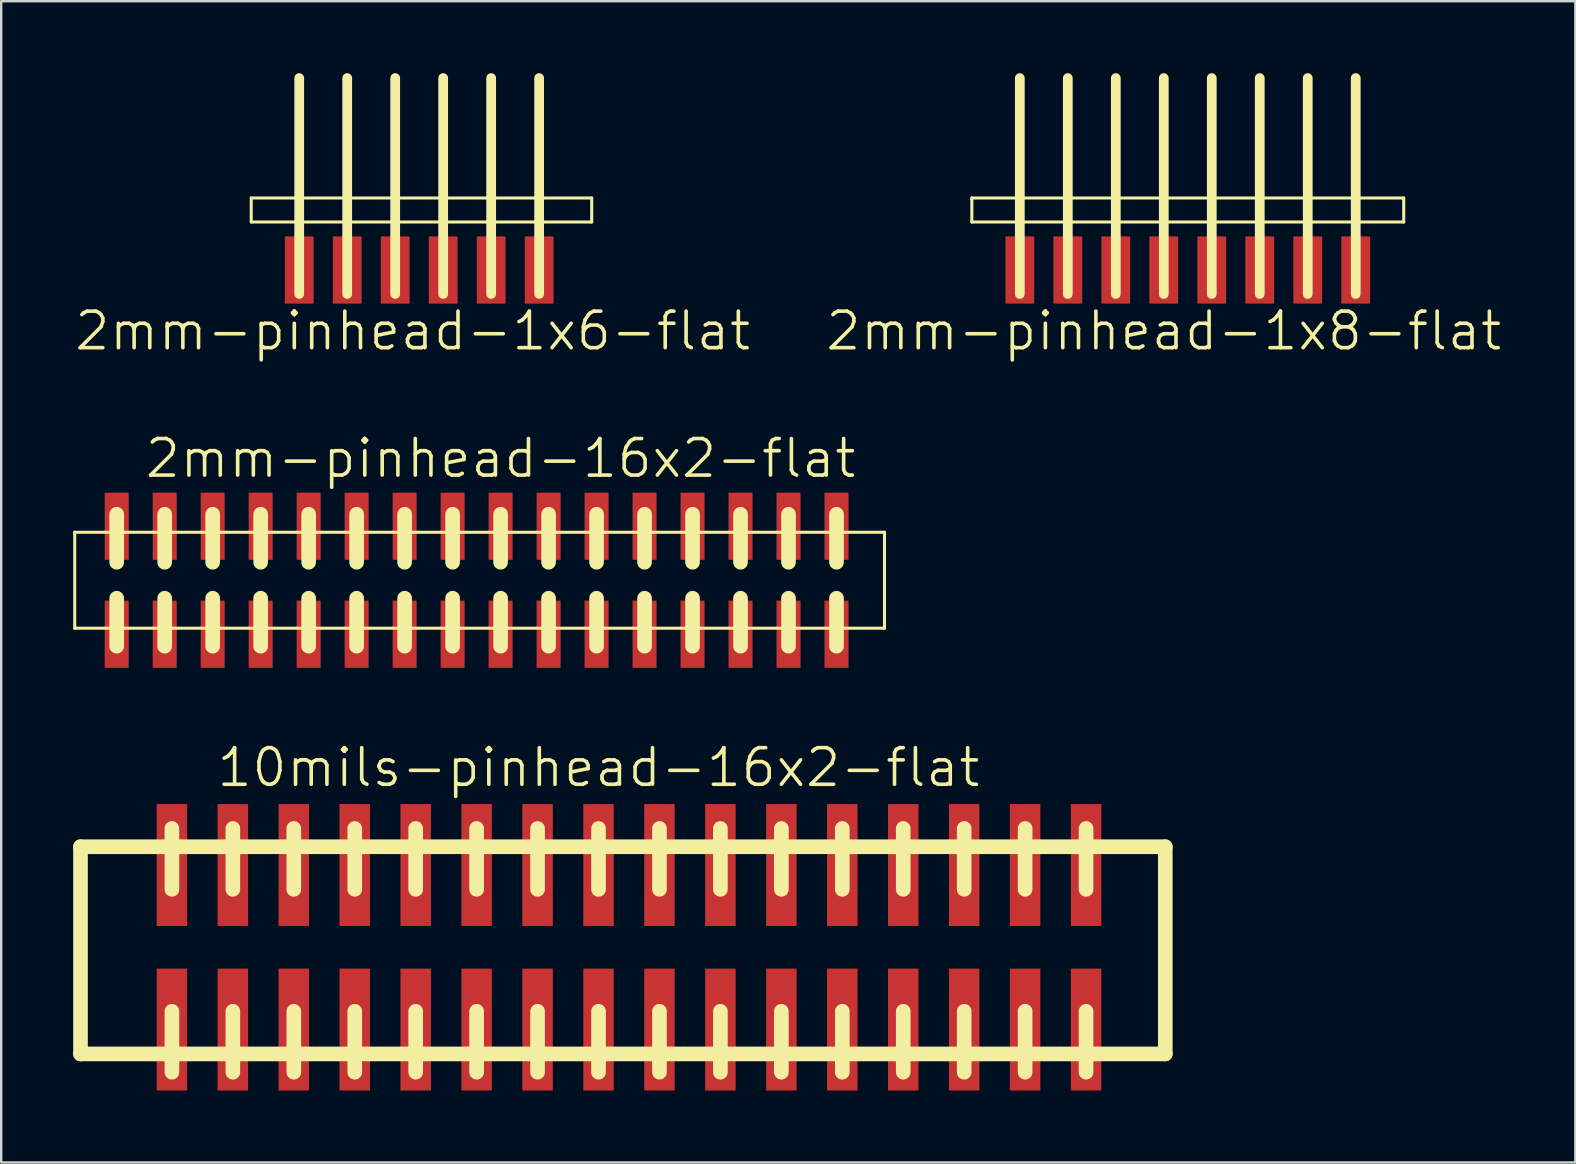
<source format=kicad_pcb>
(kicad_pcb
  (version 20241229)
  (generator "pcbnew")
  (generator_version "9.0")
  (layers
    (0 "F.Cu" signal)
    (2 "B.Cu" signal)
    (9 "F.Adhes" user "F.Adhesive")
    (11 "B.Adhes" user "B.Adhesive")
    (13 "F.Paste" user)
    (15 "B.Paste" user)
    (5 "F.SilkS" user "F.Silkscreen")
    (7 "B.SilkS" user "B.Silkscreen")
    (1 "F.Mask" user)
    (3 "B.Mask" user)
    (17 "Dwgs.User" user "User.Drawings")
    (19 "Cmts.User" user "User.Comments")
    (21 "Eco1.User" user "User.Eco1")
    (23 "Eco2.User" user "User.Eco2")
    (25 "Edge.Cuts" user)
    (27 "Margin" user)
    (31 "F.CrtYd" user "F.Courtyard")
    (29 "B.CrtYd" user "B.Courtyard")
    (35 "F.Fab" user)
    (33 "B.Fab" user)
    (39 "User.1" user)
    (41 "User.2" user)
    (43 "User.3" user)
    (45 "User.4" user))
  (footprint "10mils-pinhead-16x2-flat"
    (layer "F.Cu")
    (at 21.895 36.558)
    (property "Reference" "10mils-pinhead-16x2-flat" (at 0 -7.62 0) (layer "F.SilkS") (effects (font (size 1.524 1.524) (thickness 0.15))))
    (attr through_hole)
    (fp_line (start -21.59 -4.318) (end 23.622 -4.318) (stroke (width 0.61) (type solid)) (layer "F.SilkS"))
    (fp_line (start -21.59 4.318) (end -21.59 -4.318) (stroke (width 0.61) (type solid)) (layer "F.SilkS"))
    (fp_line (start -17.78 -5.08) (end -17.78 -2.54) (stroke (width 0.61) (type solid)) (layer "F.SilkS"))
    (fp_line (start -17.78 5.08) (end -17.78 2.54) (stroke (width 0.61) (type solid)) (layer "F.SilkS"))
    (fp_line (start -15.24 -5.08) (end -15.24 -2.54) (stroke (width 0.61) (type solid)) (layer "F.SilkS"))
    (fp_line (start -15.24 2.54) (end -15.24 5.08) (stroke (width 0.61) (type solid)) (layer "F.SilkS"))
    (fp_line (start -12.7 -5.08) (end -12.7 -2.54) (stroke (width 0.61) (type solid)) (layer "F.SilkS"))
    (fp_line (start -12.7 2.54) (end -12.7 5.08) (stroke (width 0.61) (type solid)) (layer "F.SilkS"))
    (fp_line (start -10.16 -5.08) (end -10.16 -2.54) (stroke (width 0.61) (type solid)) (layer "F.SilkS"))
    (fp_line (start -10.16 2.54) (end -10.16 5.08) (stroke (width 0.61) (type solid)) (layer "F.SilkS"))
    (fp_line (start -7.62 -5.08) (end -7.62 -2.54) (stroke (width 0.61) (type solid)) (layer "F.SilkS"))
    (fp_line (start -7.62 2.54) (end -7.62 5.08) (stroke (width 0.61) (type solid)) (layer "F.SilkS"))
    (fp_line (start -5.08 -5.08) (end -5.08 -2.54) (stroke (width 0.61) (type solid)) (layer "F.SilkS"))
    (fp_line (start -5.08 2.54) (end -5.08 5.08) (stroke (width 0.61) (type solid)) (layer "F.SilkS"))
    (fp_line (start -2.54 -5.08) (end -2.54 -2.54) (stroke (width 0.61) (type solid)) (layer "F.SilkS"))
    (fp_line (start -2.54 2.54) (end -2.54 5.08) (stroke (width 0.61) (type solid)) (layer "F.SilkS"))
    (fp_line (start 0 -5.08) (end 0 -2.54) (stroke (width 0.61) (type solid)) (layer "F.SilkS"))
    (fp_line (start 0 2.54) (end 0 5.08) (stroke (width 0.61) (type solid)) (layer "F.SilkS"))
    (fp_line (start 2.54 -5.08) (end 2.54 -2.54) (stroke (width 0.61) (type solid)) (layer "F.SilkS"))
    (fp_line (start 2.54 2.54) (end 2.54 5.08) (stroke (width 0.61) (type solid)) (layer "F.SilkS"))
    (fp_line (start 5.08 -5.08) (end 5.08 -2.54) (stroke (width 0.61) (type solid)) (layer "F.SilkS"))
    (fp_line (start 5.08 2.54) (end 5.08 5.08) (stroke (width 0.61) (type solid)) (layer "F.SilkS"))
    (fp_line (start 7.62 -5.08) (end 7.62 -2.54) (stroke (width 0.61) (type solid)) (layer "F.SilkS"))
    (fp_line (start 7.62 2.54) (end 7.62 5.08) (stroke (width 0.61) (type solid)) (layer "F.SilkS"))
    (fp_line (start 10.16 -5.08) (end 10.16 -2.54) (stroke (width 0.61) (type solid)) (layer "F.SilkS"))
    (fp_line (start 10.16 2.54) (end 10.16 5.08) (stroke (width 0.61) (type solid)) (layer "F.SilkS"))
    (fp_line (start 12.7 -5.08) (end 12.7 -2.54) (stroke (width 0.61) (type solid)) (layer "F.SilkS"))
    (fp_line (start 12.7 2.54) (end 12.7 5.08) (stroke (width 0.61) (type solid)) (layer "F.SilkS"))
    (fp_line (start 15.24 -5.08) (end 15.24 -2.54) (stroke (width 0.61) (type solid)) (layer "F.SilkS"))
    (fp_line (start 15.24 2.54) (end 15.24 5.08) (stroke (width 0.61) (type solid)) (layer "F.SilkS"))
    (fp_line (start 17.78 -5.08) (end 17.78 -2.54) (stroke (width 0.61) (type solid)) (layer "F.SilkS"))
    (fp_line (start 17.78 2.54) (end 17.78 5.08) (stroke (width 0.61) (type solid)) (layer "F.SilkS"))
    (fp_line (start 20.32 -5.08) (end 20.32 -2.54) (stroke (width 0.61) (type solid)) (layer "F.SilkS"))
    (fp_line (start 20.32 2.54) (end 20.32 5.08) (stroke (width 0.61) (type solid)) (layer "F.SilkS"))
    (fp_line (start 23.622 -4.318) (end 23.622 4.318) (stroke (width 0.61) (type solid)) (layer "F.SilkS"))
    (fp_line (start 23.622 4.318) (end -21.59 4.318) (stroke (width 0.61) (type solid)) (layer "F.SilkS"))
    (pad "1" smd rect (at -17.78 3.302) (size 1.27 5.08) (layers "F.Cu" "F.Mask" "F.Paste"))
    (pad "2" smd rect (at -17.78 -3.556) (size 1.27 5.08) (layers "F.Cu" "F.Mask" "F.Paste"))
    (pad "3" smd rect (at -15.24 3.302) (size 1.27 5.08) (layers "F.Cu" "F.Mask" "F.Paste"))
    (pad "4" smd rect (at -15.24 -3.556) (size 1.27 5.08) (layers "F.Cu" "F.Mask" "F.Paste"))
    (pad "5" smd rect (at -12.7 3.302) (size 1.27 5.08) (layers "F.Cu" "F.Mask" "F.Paste"))
    (pad "6" smd rect (at -12.7 -3.556) (size 1.27 5.08) (layers "F.Cu" "F.Mask" "F.Paste"))
    (pad "7" smd rect (at -10.16 3.302) (size 1.27 5.08) (layers "F.Cu" "F.Mask" "F.Paste"))
    (pad "8" smd rect (at -10.16 -3.556) (size 1.27 5.08) (layers "F.Cu" "F.Mask" "F.Paste"))
    (pad "9" smd rect (at -7.62 3.302) (size 1.27 5.08) (layers "F.Cu" "F.Mask" "F.Paste"))
    (pad "10" smd rect (at -7.62 -3.556) (size 1.27 5.08) (layers "F.Cu" "F.Mask" "F.Paste"))
    (pad "11" smd rect (at -5.08 3.302) (size 1.27 5.08) (layers "F.Cu" "F.Mask" "F.Paste"))
    (pad "12" smd rect (at -5.08 -3.556) (size 1.27 5.08) (layers "F.Cu" "F.Mask" "F.Paste"))
    (pad "13" smd rect (at -2.54 3.302) (size 1.27 5.08) (layers "F.Cu" "F.Mask" "F.Paste"))
    (pad "14" smd rect (at -2.54 -3.556) (size 1.27 5.08) (layers "F.Cu" "F.Mask" "F.Paste"))
    (pad "15" smd rect (at -0.000063 3.302) (size 1.27 5.08) (layers "F.Cu" "F.Mask" "F.Paste"))
    (pad "16" smd rect (at -0.000063 -3.556) (size 1.27 5.08) (layers "F.Cu" "F.Mask" "F.Paste"))
    (pad "17" smd rect (at 2.54 3.302) (size 1.27 5.08) (layers "F.Cu" "F.Mask" "F.Paste"))
    (pad "18" smd rect (at 2.54 -3.556) (size 1.27 5.08) (layers "F.Cu" "F.Mask" "F.Paste"))
    (pad "19" smd rect (at 5.08 3.302) (size 1.27 5.08) (layers "F.Cu" "F.Mask" "F.Paste"))
    (pad "20" smd rect (at 5.08 -3.556) (size 1.27 5.08) (layers "F.Cu" "F.Mask" "F.Paste"))
    (pad "21" smd rect (at 7.62 3.302) (size 1.27 5.08) (layers "F.Cu" "F.Mask" "F.Paste"))
    (pad "22" smd rect (at 7.62 -3.556) (size 1.27 5.08) (layers "F.Cu" "F.Mask" "F.Paste"))
    (pad "23" smd rect (at 10.16 3.302) (size 1.27 5.08) (layers "F.Cu" "F.Mask" "F.Paste"))
    (pad "24" smd rect (at 10.16 -3.556) (size 1.27 5.08) (layers "F.Cu" "F.Mask" "F.Paste"))
    (pad "25" smd rect (at 12.7 3.302) (size 1.27 5.08) (layers "F.Cu" "F.Mask" "F.Paste"))
    (pad "26" smd rect (at 12.7 -3.556) (size 1.27 5.08) (layers "F.Cu" "F.Mask" "F.Paste"))
    (pad "27" smd rect (at 15.24 3.302) (size 1.27 5.08) (layers "F.Cu" "F.Mask" "F.Paste"))
    (pad "28" smd rect (at 15.24 -3.556) (size 1.27 5.08) (layers "F.Cu" "F.Mask" "F.Paste"))
    (pad "29" smd rect (at 17.78 3.302) (size 1.27 5.08) (layers "F.Cu" "F.Mask" "F.Paste"))
    (pad "30" smd rect (at 17.78 -3.556) (size 1.27 5.08) (layers "F.Cu" "F.Mask" "F.Paste"))
    (pad "31" smd rect (at 20.32 3.302) (size 1.27 5.08) (layers "F.Cu" "F.Mask" "F.Paste"))
    (pad "32" smd rect (at 20.32 -3.556) (size 1.27 5.08) (layers "F.Cu" "F.Mask" "F.Paste")))
  (footprint "2mm-pinhead-16x2-flat"
    (layer "F.Cu")
    (at 17.814 21.133)
    (property "Reference" "2mm-pinhead-16x2-flat" (at 0 -5.08 0) (layer "F.SilkS") (effects (font (size 1.524 1.524) (thickness 0.15))))
    (attr through_hole)
    (fp_line (start -17.75 -2) (end 16 -2) (stroke (width 0.127) (type solid)) (layer "F.SilkS"))
    (fp_line (start -17.75 2) (end -17.75 -2) (stroke (width 0.127) (type solid)) (layer "F.SilkS"))
    (fp_line (start -16 -2.75) (end -16 -0.75) (stroke (width 0.61) (type solid)) (layer "F.SilkS"))
    (fp_line (start -16 0.75) (end -16 2.75) (stroke (width 0.61) (type solid)) (layer "F.SilkS"))
    (fp_line (start -14 -2.75) (end -14 -0.75) (stroke (width 0.61) (type solid)) (layer "F.SilkS"))
    (fp_line (start -14 0.75) (end -14 2.75) (stroke (width 0.61) (type solid)) (layer "F.SilkS"))
    (fp_line (start -12 -2.75) (end -12 -0.75) (stroke (width 0.61) (type solid)) (layer "F.SilkS"))
    (fp_line (start -12 0.75) (end -12 2.75) (stroke (width 0.61) (type solid)) (layer "F.SilkS"))
    (fp_line (start -10 -2.75) (end -10 -0.75) (stroke (width 0.61) (type solid)) (layer "F.SilkS"))
    (fp_line (start -10 0.75) (end -10 2.75) (stroke (width 0.61) (type solid)) (layer "F.SilkS"))
    (fp_line (start -8 -2.75) (end -8 -0.75) (stroke (width 0.61) (type solid)) (layer "F.SilkS"))
    (fp_line (start -8 0.75) (end -8 2.75) (stroke (width 0.61) (type solid)) (layer "F.SilkS"))
    (fp_line (start -6 -2.75) (end -6 -0.75) (stroke (width 0.61) (type solid)) (layer "F.SilkS"))
    (fp_line (start -6 0.75) (end -6 2.75) (stroke (width 0.61) (type solid)) (layer "F.SilkS"))
    (fp_line (start -4 -2.75) (end -4 -0.75) (stroke (width 0.61) (type solid)) (layer "F.SilkS"))
    (fp_line (start -4 0.75) (end -4 2.75) (stroke (width 0.61) (type solid)) (layer "F.SilkS"))
    (fp_line (start -2 -2.75) (end -2 -0.75) (stroke (width 0.61) (type solid)) (layer "F.SilkS"))
    (fp_line (start -2 0.75) (end -2 2.75) (stroke (width 0.61) (type solid)) (layer "F.SilkS"))
    (fp_line (start 0 -2.75) (end 0 -0.75) (stroke (width 0.61) (type solid)) (layer "F.SilkS"))
    (fp_line (start 0 0.75) (end 0 2.75) (stroke (width 0.61) (type solid)) (layer "F.SilkS"))
    (fp_line (start 2 -2.75) (end 2 -0.75) (stroke (width 0.61) (type solid)) (layer "F.SilkS"))
    (fp_line (start 2 0.75) (end 2 2.75) (stroke (width 0.61) (type solid)) (layer "F.SilkS"))
    (fp_line (start 4 -2.75) (end 4 -0.75) (stroke (width 0.61) (type solid)) (layer "F.SilkS"))
    (fp_line (start 4 0.75) (end 4 2.75) (stroke (width 0.61) (type solid)) (layer "F.SilkS"))
    (fp_line (start 6 -2.75) (end 6 -0.75) (stroke (width 0.61) (type solid)) (layer "F.SilkS"))
    (fp_line (start 6 0.75) (end 6 2.75) (stroke (width 0.61) (type solid)) (layer "F.SilkS"))
    (fp_line (start 8 -2.75) (end 8 -0.75) (stroke (width 0.61) (type solid)) (layer "F.SilkS"))
    (fp_line (start 8 0.75) (end 8 2.75) (stroke (width 0.61) (type solid)) (layer "F.SilkS"))
    (fp_line (start 10 -2.75) (end 10 -0.75) (stroke (width 0.61) (type solid)) (layer "F.SilkS"))
    (fp_line (start 10 0.75) (end 10 2.75) (stroke (width 0.61) (type solid)) (layer "F.SilkS"))
    (fp_line (start 12 -2.75) (end 12 -0.75) (stroke (width 0.61) (type solid)) (layer "F.SilkS"))
    (fp_line (start 12 0.75) (end 12 2.75) (stroke (width 0.61) (type solid)) (layer "F.SilkS"))
    (fp_line (start 14 -2.75) (end 14 -0.75) (stroke (width 0.61) (type solid)) (layer "F.SilkS"))
    (fp_line (start 14 0.75) (end 14 2.75) (stroke (width 0.61) (type solid)) (layer "F.SilkS"))
    (fp_line (start 16 -2) (end 16 2) (stroke (width 0.127) (type solid)) (layer "F.SilkS"))
    (fp_line (start 16 2) (end -17.75 2) (stroke (width 0.127) (type solid)) (layer "F.SilkS"))
    (pad "1" smd rect (at -16 2.25 90) (size 2.8 1) (layers "F.Cu" "F.Mask" "F.Paste"))
    (pad "2" smd rect (at -16 -2.25 90) (size 2.8 1) (layers "F.Cu" "F.Mask" "F.Paste"))
    (pad "3" smd rect (at -14 2.25 90) (size 2.8 1) (layers "F.Cu" "F.Mask" "F.Paste"))
    (pad "4" smd rect (at -14 -2.25 90) (size 2.8 1) (layers "F.Cu" "F.Mask" "F.Paste"))
    (pad "5" smd rect (at -12 2.25 90) (size 2.8 1) (layers "F.Cu" "F.Mask" "F.Paste"))
    (pad "6" smd rect (at -12 -2.25 90) (size 2.8 1) (layers "F.Cu" "F.Mask" "F.Paste"))
    (pad "7" smd rect (at -10 2.25 90) (size 2.8 1) (layers "F.Cu" "F.Mask" "F.Paste"))
    (pad "8" smd rect (at -10 -2.25 90) (size 2.8 1) (layers "F.Cu" "F.Mask" "F.Paste"))
    (pad "9" smd rect (at -8 2.25 90) (size 2.8 1) (layers "F.Cu" "F.Mask" "F.Paste"))
    (pad "10" smd rect (at -8 -2.25 90) (size 2.8 1) (layers "F.Cu" "F.Mask" "F.Paste"))
    (pad "11" smd rect (at -6 2.25 90) (size 2.8 1) (layers "F.Cu" "F.Mask" "F.Paste"))
    (pad "12" smd rect (at -6 -2.25 90) (size 2.8 1) (layers "F.Cu" "F.Mask" "F.Paste"))
    (pad "13" smd rect (at -4 2.25 90) (size 2.8 1) (layers "F.Cu" "F.Mask" "F.Paste"))
    (pad "14" smd rect (at -4 -2.25 90) (size 2.8 1) (layers "F.Cu" "F.Mask" "F.Paste"))
    (pad "15" smd rect (at -2 2.25 90) (size 2.8 1) (layers "F.Cu" "F.Mask" "F.Paste"))
    (pad "16" smd rect (at -2 -2.25 90) (size 2.8 1) (layers "F.Cu" "F.Mask" "F.Paste"))
    (pad "17" smd rect (at -0.000063 2.25 90) (size 2.8 1) (layers "F.Cu" "F.Mask" "F.Paste"))
    (pad "18" smd rect (at -0.000063 -2.25 90) (size 2.8 1) (layers "F.Cu" "F.Mask" "F.Paste"))
    (pad "19" smd rect (at 2 2.25 90) (size 2.8 1) (layers "F.Cu" "F.Mask" "F.Paste"))
    (pad "20" smd rect (at 2 -2.25 90) (size 2.8 1) (layers "F.Cu" "F.Mask" "F.Paste"))
    (pad "21" smd rect (at 4 2.25 90) (size 2.8 1) (layers "F.Cu" "F.Mask" "F.Paste"))
    (pad "22" smd rect (at 4 -2.25 90) (size 2.8 1) (layers "F.Cu" "F.Mask" "F.Paste"))
    (pad "23" smd rect (at 6 2.25 90) (size 2.8 1) (layers "F.Cu" "F.Mask" "F.Paste"))
    (pad "24" smd rect (at 6 -2.25 90) (size 2.8 1) (layers "F.Cu" "F.Mask" "F.Paste"))
    (pad "25" smd rect (at 8 2.25 90) (size 2.8 1) (layers "F.Cu" "F.Mask" "F.Paste"))
    (pad "26" smd rect (at 8 -2.25 90) (size 2.8 1) (layers "F.Cu" "F.Mask" "F.Paste"))
    (pad "27" smd rect (at 10 2.25 90) (size 2.8 1) (layers "F.Cu" "F.Mask" "F.Paste"))
    (pad "28" smd rect (at 10 -2.25 90) (size 2.8 1) (layers "F.Cu" "F.Mask" "F.Paste"))
    (pad "29" smd rect (at 12 2.25 90) (size 2.8 1) (layers "F.Cu" "F.Mask" "F.Paste"))
    (pad "30" smd rect (at 12 -2.25 90) (size 2.8 1) (layers "F.Cu" "F.Mask" "F.Paste"))
    (pad "31" smd rect (at 14 2.25 90) (size 2.8 1) (layers "F.Cu" "F.Mask" "F.Paste"))
    (pad "32" smd rect (at 14 -2.25 90) (size 2.8 1) (layers "F.Cu" "F.Mask" "F.Paste")))
  (footprint "2mm-pinhead-1x8-flat"
    (layer "F.Cu")
    (at 45.454 8.203)
    (property "Reference" "2mm-pinhead-1x8-flat" (at 0 2.54 0) (layer "F.SilkS") (effects (font (size 1.524 1.524) (thickness 0.15))))
    (attr through_hole)
    (fp_line (start -8 -3) (end -8 -2) (stroke (width 0.127) (type solid)) (layer "F.SilkS"))
    (fp_line (start -8 -2) (end 10 -2) (stroke (width 0.127) (type solid)) (layer "F.SilkS"))
    (fp_line (start -6 1) (end -6 -8) (stroke (width 0.406) (type solid)) (layer "F.SilkS"))
    (fp_line (start -4 1) (end -4 -8) (stroke (width 0.406) (type solid)) (layer "F.SilkS"))
    (fp_line (start -2 1) (end -2 -8) (stroke (width 0.406) (type solid)) (layer "F.SilkS"))
    (fp_line (start 0 1) (end 0 -8) (stroke (width 0.406) (type solid)) (layer "F.SilkS"))
    (fp_line (start 2 1) (end 2 -8) (stroke (width 0.406) (type solid)) (layer "F.SilkS"))
    (fp_line (start 4 1) (end 4 -8) (stroke (width 0.406) (type solid)) (layer "F.SilkS"))
    (fp_line (start 6 1) (end 6 -8) (stroke (width 0.406) (type solid)) (layer "F.SilkS"))
    (fp_line (start 8 1) (end 8 -8) (stroke (width 0.406) (type solid)) (layer "F.SilkS"))
    (fp_line (start 10 -3) (end -8 -3) (stroke (width 0.127) (type solid)) (layer "F.SilkS"))
    (fp_line (start 10 -2) (end 10 -3) (stroke (width 0.127) (type solid)) (layer "F.SilkS"))
    (pad "1" smd rect (at -6 0.000063 90) (size 2.8 1.2) (layers "F.Cu" "F.Mask" "F.Paste"))
    (pad "2" smd rect (at -4 0.000063 90) (size 2.8 1.2) (layers "F.Cu" "F.Mask" "F.Paste"))
    (pad "3" smd rect (at -2 0.000063 90) (size 2.8 1.2) (layers "F.Cu" "F.Mask" "F.Paste"))
    (pad "4" smd rect (at -0.000063 0.000063 90) (size 2.8 1.2) (layers "F.Cu" "F.Mask" "F.Paste"))
    (pad "5" smd rect (at 2 0.000063 90) (size 2.8 1.2) (layers "F.Cu" "F.Mask" "F.Paste"))
    (pad "6" smd rect (at 4 0.000063 90) (size 2.8 1.2) (layers "F.Cu" "F.Mask" "F.Paste"))
    (pad "7" smd rect (at 6 0.000063 90) (size 2.8 1.2) (layers "F.Cu" "F.Mask" "F.Paste"))
    (pad "8" smd rect (at 8 0.000063 90) (size 2.8 1.2) (layers "F.Cu" "F.Mask" "F.Paste")))
  (footprint "2mm-pinhead-1x6-flat"
    (layer "F.Cu")
    (at 14.151 5.663)
    (property "Reference" "2mm-pinhead-1x6-flat" (at 0 5.08 0) (layer "F.SilkS") (effects (font (size 1.524 1.524) (thickness 0.15))))
    (attr through_hole)
    (fp_line (start -6.73 -0.46) (end -6.73 0.54) (stroke (width 0.127) (type solid)) (layer "F.SilkS"))
    (fp_line (start -6.73 0.54) (end 7.46 0.54) (stroke (width 0.127) (type solid)) (layer "F.SilkS"))
    (fp_line (start -4.73 3.54) (end -4.73 -5.46) (stroke (width 0.406) (type solid)) (layer "F.SilkS"))
    (fp_line (start -2.73 3.54) (end -2.73 -5.46) (stroke (width 0.406) (type solid)) (layer "F.SilkS"))
    (fp_line (start -0.73 3.54) (end -0.73 -5.46) (stroke (width 0.406) (type solid)) (layer "F.SilkS"))
    (fp_line (start 1.27 3.54) (end 1.27 -5.46) (stroke (width 0.406) (type solid)) (layer "F.SilkS"))
    (fp_line (start 3.27 3.54) (end 3.27 -5.46) (stroke (width 0.406) (type solid)) (layer "F.SilkS"))
    (fp_line (start 5.27 3.54) (end 5.27 -5.46) (stroke (width 0.406) (type solid)) (layer "F.SilkS"))
    (fp_line (start 7.46 -0.46) (end -6.73 -0.46) (stroke (width 0.127) (type solid)) (layer "F.SilkS"))
    (fp_line (start 7.46 0.54) (end 7.46 -0.46) (stroke (width 0.127) (type solid)) (layer "F.SilkS"))
    (pad "1" smd rect (at -4.73 2.54 90) (size 2.8 1.2) (layers "F.Cu" "F.Mask" "F.Paste"))
    (pad "2" smd rect (at -2.73 2.54 90) (size 2.8 1.2) (layers "F.Cu" "F.Mask" "F.Paste"))
    (pad "3" smd rect (at -0.73 2.54 90) (size 2.8 1.2) (layers "F.Cu" "F.Mask" "F.Paste"))
    (pad "4" smd rect (at 1.27 2.54 90) (size 2.8 1.2) (layers "F.Cu" "F.Mask" "F.Paste"))
    (pad "5" smd rect (at 3.27 2.54 90) (size 2.8 1.2) (layers "F.Cu" "F.Mask" "F.Paste"))
    (pad "6" smd rect (at 5.27 2.54 90) (size 2.8 1.2) (layers "F.Cu" "F.Mask" "F.Paste")))
  (gr_rect
    (start -3 -3)
    (end 62.606 45.4)
    (stroke (width 0.1) (type default))
    (fill no)
    (layer "Edge.Cuts")))
</source>
